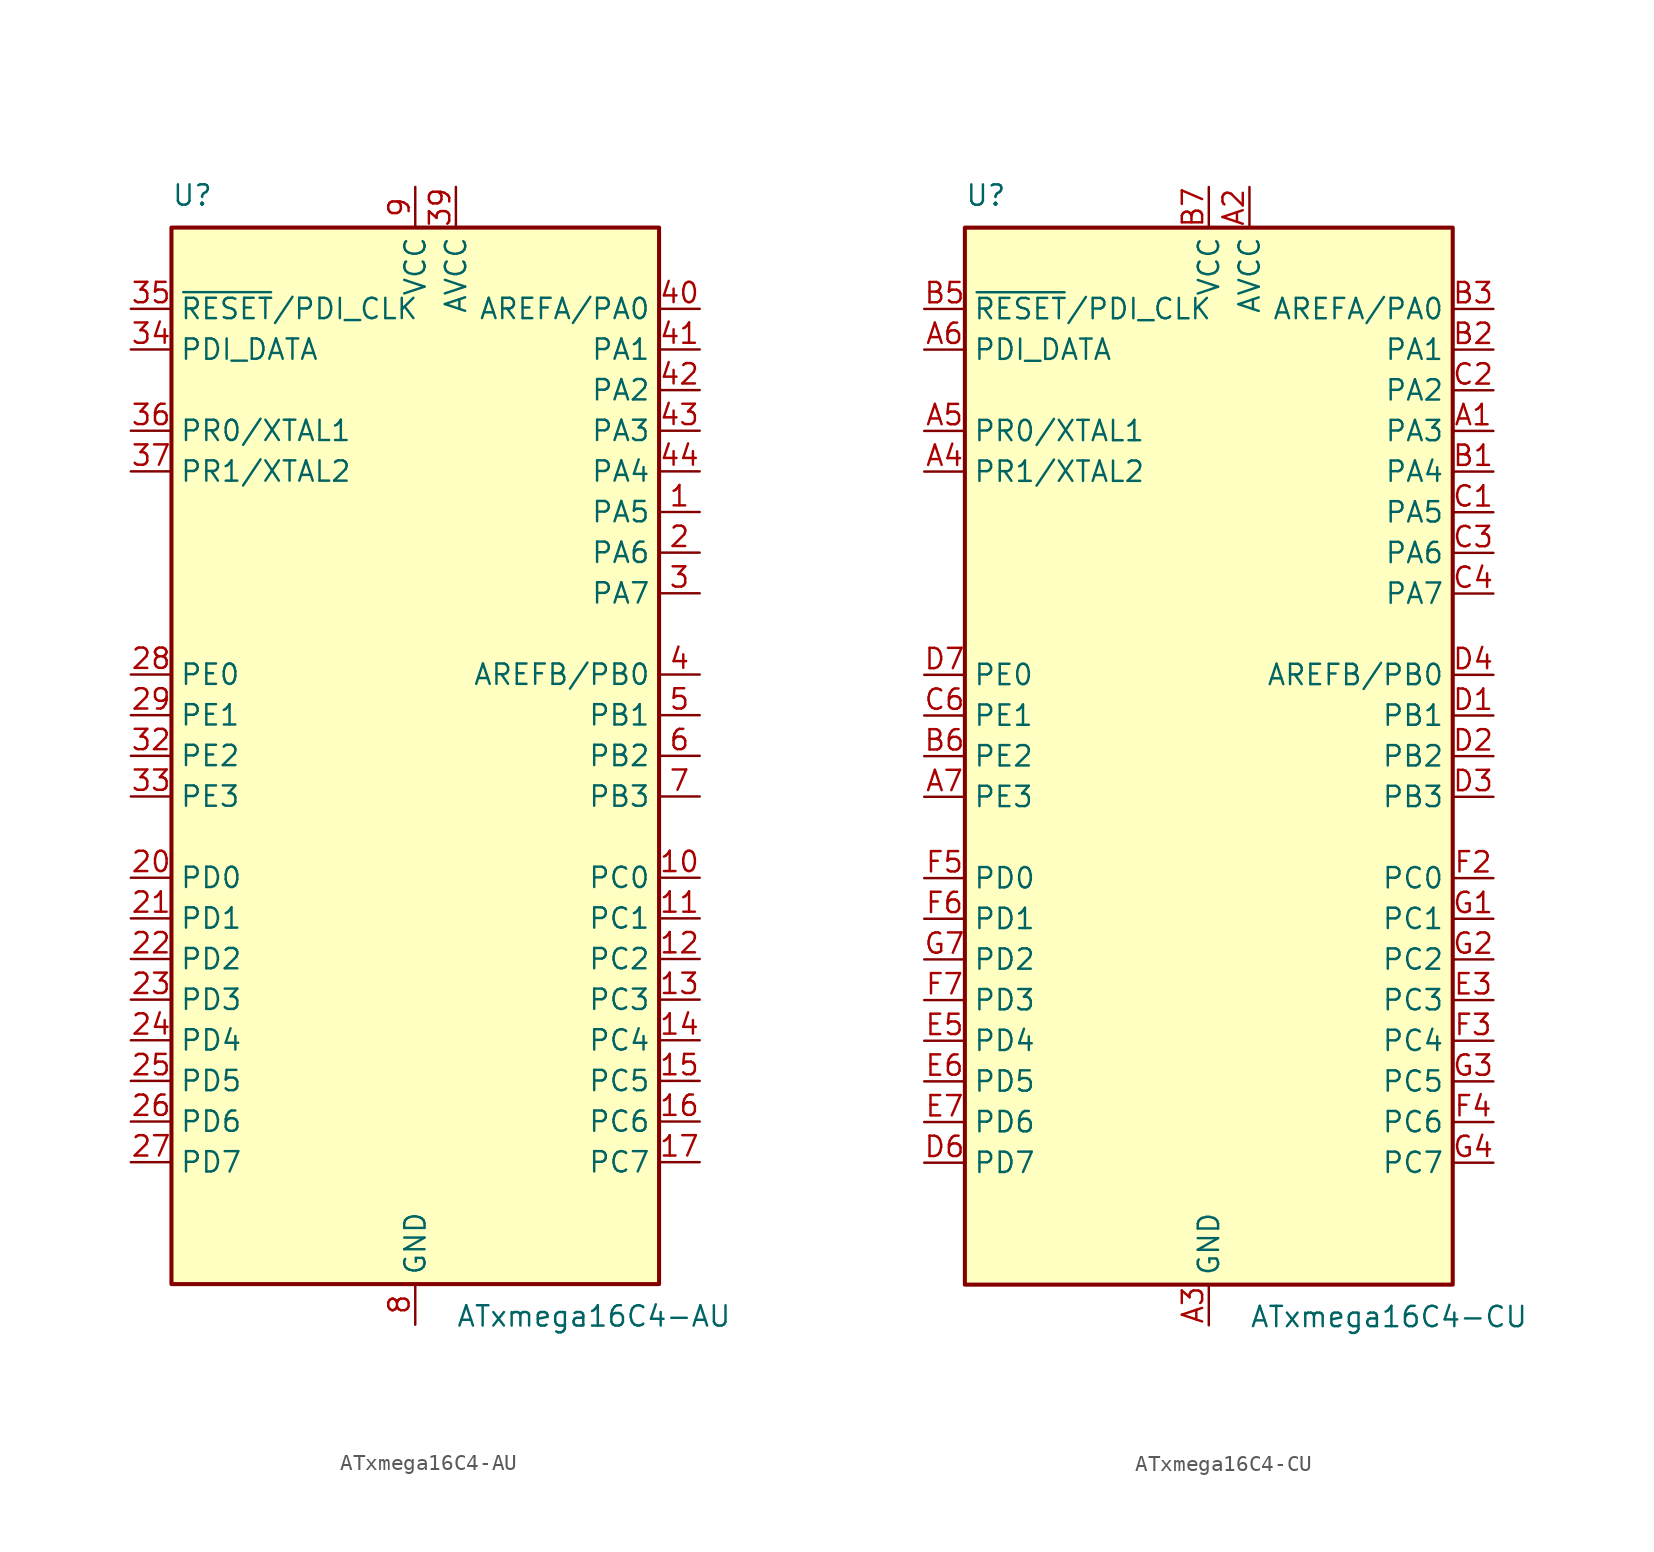
<source format=kicad_sym>
(kicad_symbol_lib
  (version 20211014)
  (generator kicad_symbol_editor)
  (symbol "ATxmega16C4-AU"
    (property "Reference" "U"
      (at -15.24 34.29 0)
      (effects (font (size 1.27 1.27)) (justify left bottom)))
    (property "Value" "ATxmega16C4-AU"
      (at 2.54 -34.29 0)
      (effects (font (size 1.27 1.27)) (justify left top)))
    (symbol "ATxmega16C4-AU_0_1"
      (rectangle (start -15.24 -33.02) (end 15.24 33.02) (stroke (width 0.254) (type default) (color 0 0 0 0)) (fill (type background))))
    (symbol "ATxmega16C4-AU_1_1"
      (pin bidirectional line (at 17.78 15.24 180) (length 2.54) (name "PA5" (effects (font (size 1.27 1.27)))) (number "1" (effects (font (size 1.27 1.27)))))
      (pin bidirectional line (at 17.78 -7.62 180) (length 2.54) (name "PC0" (effects (font (size 1.27 1.27)))) (number "10" (effects (font (size 1.27 1.27)))))
      (pin bidirectional line (at 17.78 -10.16 180) (length 2.54) (name "PC1" (effects (font (size 1.27 1.27)))) (number "11" (effects (font (size 1.27 1.27)))))
      (pin bidirectional line (at 17.78 -12.7 180) (length 2.54) (name "PC2" (effects (font (size 1.27 1.27)))) (number "12" (effects (font (size 1.27 1.27)))))
      (pin bidirectional line (at 17.78 -15.24 180) (length 2.54) (name "PC3" (effects (font (size 1.27 1.27)))) (number "13" (effects (font (size 1.27 1.27)))))
      (pin bidirectional line (at 17.78 -17.78 180) (length 2.54) (name "PC4" (effects (font (size 1.27 1.27)))) (number "14" (effects (font (size 1.27 1.27)))))
      (pin bidirectional line (at 17.78 -20.32 180) (length 2.54) (name "PC5" (effects (font (size 1.27 1.27)))) (number "15" (effects (font (size 1.27 1.27)))))
      (pin bidirectional line (at 17.78 -22.86 180) (length 2.54) (name "PC6" (effects (font (size 1.27 1.27)))) (number "16" (effects (font (size 1.27 1.27)))))
      (pin bidirectional line (at 17.78 -25.4 180) (length 2.54) (name "PC7" (effects (font (size 1.27 1.27)))) (number "17" (effects (font (size 1.27 1.27)))))
      (pin passive line (at 0 -35.56 90) (length 2.54) hide (name "GND" (effects (font (size 1.27 1.27)))) (number "18" (effects (font (size 1.27 1.27)))))
      (pin passive line (at 0 35.56 270) (length 2.54) hide (name "VCC" (effects (font (size 1.27 1.27)))) (number "19" (effects (font (size 1.27 1.27)))))
      (pin bidirectional line (at 17.78 12.7 180) (length 2.54) (name "PA6" (effects (font (size 1.27 1.27)))) (number "2" (effects (font (size 1.27 1.27)))))
      (pin bidirectional line (at -17.78 -7.62 0) (length 2.54) (name "PD0" (effects (font (size 1.27 1.27)))) (number "20" (effects (font (size 1.27 1.27)))))
      (pin bidirectional line (at -17.78 -10.16 0) (length 2.54) (name "PD1" (effects (font (size 1.27 1.27)))) (number "21" (effects (font (size 1.27 1.27)))))
      (pin bidirectional line (at -17.78 -12.7 0) (length 2.54) (name "PD2" (effects (font (size 1.27 1.27)))) (number "22" (effects (font (size 1.27 1.27)))))
      (pin bidirectional line (at -17.78 -15.24 0) (length 2.54) (name "PD3" (effects (font (size 1.27 1.27)))) (number "23" (effects (font (size 1.27 1.27)))))
      (pin bidirectional line (at -17.78 -17.78 0) (length 2.54) (name "PD4" (effects (font (size 1.27 1.27)))) (number "24" (effects (font (size 1.27 1.27)))))
      (pin bidirectional line (at -17.78 -20.32 0) (length 2.54) (name "PD5" (effects (font (size 1.27 1.27)))) (number "25" (effects (font (size 1.27 1.27)))))
      (pin bidirectional line (at -17.78 -22.86 0) (length 2.54) (name "PD6" (effects (font (size 1.27 1.27)))) (number "26" (effects (font (size 1.27 1.27)))))
      (pin bidirectional line (at -17.78 -25.4 0) (length 2.54) (name "PD7" (effects (font (size 1.27 1.27)))) (number "27" (effects (font (size 1.27 1.27)))))
      (pin bidirectional line (at -17.78 5.08 0) (length 2.54) (name "PE0" (effects (font (size 1.27 1.27)))) (number "28" (effects (font (size 1.27 1.27)))))
      (pin bidirectional line (at -17.78 2.54 0) (length 2.54) (name "PE1" (effects (font (size 1.27 1.27)))) (number "29" (effects (font (size 1.27 1.27)))))
      (pin bidirectional line (at 17.78 10.16 180) (length 2.54) (name "PA7" (effects (font (size 1.27 1.27)))) (number "3" (effects (font (size 1.27 1.27)))))
      (pin passive line (at 0 -35.56 90) (length 2.54) hide (name "GND" (effects (font (size 1.27 1.27)))) (number "30" (effects (font (size 1.27 1.27)))))
      (pin passive line (at 0 35.56 270) (length 2.54) hide (name "VCC" (effects (font (size 1.27 1.27)))) (number "31" (effects (font (size 1.27 1.27)))))
      (pin bidirectional line (at -17.78 0 0) (length 2.54) (name "PE2" (effects (font (size 1.27 1.27)))) (number "32" (effects (font (size 1.27 1.27)))))
      (pin bidirectional line (at -17.78 -2.54 0) (length 2.54) (name "PE3" (effects (font (size 1.27 1.27)))) (number "33" (effects (font (size 1.27 1.27)))))
      (pin bidirectional line (at -17.78 25.4 0) (length 2.54) (name "PDI_DATA" (effects (font (size 1.27 1.27)))) (number "34" (effects (font (size 1.27 1.27)))))
      (pin input line (at -17.78 27.94 0) (length 2.54) (name "~{RESET}/PDI_CLK" (effects (font (size 1.27 1.27)))) (number "35" (effects (font (size 1.27 1.27)))))
      (pin bidirectional line (at -17.78 20.32 0) (length 2.54) (name "PR0/XTAL1" (effects (font (size 1.27 1.27)))) (number "36" (effects (font (size 1.27 1.27)))))
      (pin bidirectional line (at -17.78 17.78 0) (length 2.54) (name "PR1/XTAL2" (effects (font (size 1.27 1.27)))) (number "37" (effects (font (size 1.27 1.27)))))
      (pin passive line (at 0 -35.56 90) (length 2.54) hide (name "GND" (effects (font (size 1.27 1.27)))) (number "38" (effects (font (size 1.27 1.27)))))
      (pin power_in line (at 2.54 35.56 270) (length 2.54) (name "AVCC" (effects (font (size 1.27 1.27)))) (number "39" (effects (font (size 1.27 1.27)))))
      (pin bidirectional line (at 17.78 5.08 180) (length 2.54) (name "AREFB/PB0" (effects (font (size 1.27 1.27)))) (number "4" (effects (font (size 1.27 1.27)))))
      (pin bidirectional line (at 17.78 27.94 180) (length 2.54) (name "AREFA/PA0" (effects (font (size 1.27 1.27)))) (number "40" (effects (font (size 1.27 1.27)))))
      (pin bidirectional line (at 17.78 25.4 180) (length 2.54) (name "PA1" (effects (font (size 1.27 1.27)))) (number "41" (effects (font (size 1.27 1.27)))))
      (pin bidirectional line (at 17.78 22.86 180) (length 2.54) (name "PA2" (effects (font (size 1.27 1.27)))) (number "42" (effects (font (size 1.27 1.27)))))
      (pin bidirectional line (at 17.78 20.32 180) (length 2.54) (name "PA3" (effects (font (size 1.27 1.27)))) (number "43" (effects (font (size 1.27 1.27)))))
      (pin bidirectional line (at 17.78 17.78 180) (length 2.54) (name "PA4" (effects (font (size 1.27 1.27)))) (number "44" (effects (font (size 1.27 1.27)))))
      (pin bidirectional line (at 17.78 2.54 180) (length 2.54) (name "PB1" (effects (font (size 1.27 1.27)))) (number "5" (effects (font (size 1.27 1.27)))))
      (pin bidirectional line (at 17.78 0 180) (length 2.54) (name "PB2" (effects (font (size 1.27 1.27)))) (number "6" (effects (font (size 1.27 1.27)))))
      (pin bidirectional line (at 17.78 -2.54 180) (length 2.54) (name "PB3" (effects (font (size 1.27 1.27)))) (number "7" (effects (font (size 1.27 1.27)))))
      (pin power_in line (at 0 -35.56 90) (length 2.54) (name "GND" (effects (font (size 1.27 1.27)))) (number "8" (effects (font (size 1.27 1.27)))))
      (pin power_in line (at 0 35.56 270) (length 2.54) (name "VCC" (effects (font (size 1.27 1.27)))) (number "9" (effects (font (size 1.27 1.27)))))))
  (symbol "ATxmega16C4-CU"
    (property "Reference" "U"
      (at -15.24 34.29 0)
      (effects (font (size 1.27 1.27)) (justify left bottom)))
    (property "Value" "ATxmega16C4-CU"
      (at 2.54 -34.29 0)
      (effects (font (size 1.27 1.27)) (justify left top)))
    (symbol "ATxmega16C4-CU_0_1"
      (rectangle (start -15.24 -33.02) (end 15.24 33.02) (stroke (width 0.254) (type default) (color 0 0 0 0)) (fill (type background))))
    (symbol "ATxmega16C4-CU_1_1"
      (pin bidirectional line (at 17.78 20.32 180) (length 2.54) (name "PA3" (effects (font (size 1.27 1.27)))) (number "A1" (effects (font (size 1.27 1.27)))))
      (pin power_in line (at 2.54 35.56 270) (length 2.54) (name "AVCC" (effects (font (size 1.27 1.27)))) (number "A2" (effects (font (size 1.27 1.27)))))
      (pin power_in line (at 0 -35.56 90) (length 2.54) (name "GND" (effects (font (size 1.27 1.27)))) (number "A3" (effects (font (size 1.27 1.27)))))
      (pin bidirectional line (at -17.78 17.78 0) (length 2.54) (name "PR1/XTAL2" (effects (font (size 1.27 1.27)))) (number "A4" (effects (font (size 1.27 1.27)))))
      (pin bidirectional line (at -17.78 20.32 0) (length 2.54) (name "PR0/XTAL1" (effects (font (size 1.27 1.27)))) (number "A5" (effects (font (size 1.27 1.27)))))
      (pin bidirectional line (at -17.78 25.4 0) (length 2.54) (name "PDI_DATA" (effects (font (size 1.27 1.27)))) (number "A6" (effects (font (size 1.27 1.27)))))
      (pin bidirectional line (at -17.78 -2.54 0) (length 2.54) (name "PE3" (effects (font (size 1.27 1.27)))) (number "A7" (effects (font (size 1.27 1.27)))))
      (pin bidirectional line (at 17.78 17.78 180) (length 2.54) (name "PA4" (effects (font (size 1.27 1.27)))) (number "B1" (effects (font (size 1.27 1.27)))))
      (pin bidirectional line (at 17.78 25.4 180) (length 2.54) (name "PA1" (effects (font (size 1.27 1.27)))) (number "B2" (effects (font (size 1.27 1.27)))))
      (pin bidirectional line (at 17.78 27.94 180) (length 2.54) (name "AREFA/PA0" (effects (font (size 1.27 1.27)))) (number "B3" (effects (font (size 1.27 1.27)))))
      (pin passive line (at 0 -35.56 90) (length 2.54) hide (name "GND" (effects (font (size 1.27 1.27)))) (number "B4" (effects (font (size 1.27 1.27)))))
      (pin input line (at -17.78 27.94 0) (length 2.54) (name "~{RESET}/PDI_CLK" (effects (font (size 1.27 1.27)))) (number "B5" (effects (font (size 1.27 1.27)))))
      (pin bidirectional line (at -17.78 0 0) (length 2.54) (name "PE2" (effects (font (size 1.27 1.27)))) (number "B6" (effects (font (size 1.27 1.27)))))
      (pin power_in line (at 0 35.56 270) (length 2.54) (name "VCC" (effects (font (size 1.27 1.27)))) (number "B7" (effects (font (size 1.27 1.27)))))
      (pin bidirectional line (at 17.78 15.24 180) (length 2.54) (name "PA5" (effects (font (size 1.27 1.27)))) (number "C1" (effects (font (size 1.27 1.27)))))
      (pin bidirectional line (at 17.78 22.86 180) (length 2.54) (name "PA2" (effects (font (size 1.27 1.27)))) (number "C2" (effects (font (size 1.27 1.27)))))
      (pin bidirectional line (at 17.78 12.7 180) (length 2.54) (name "PA6" (effects (font (size 1.27 1.27)))) (number "C3" (effects (font (size 1.27 1.27)))))
      (pin bidirectional line (at 17.78 10.16 180) (length 2.54) (name "PA7" (effects (font (size 1.27 1.27)))) (number "C4" (effects (font (size 1.27 1.27)))))
      (pin passive line (at 0 -35.56 90) (length 2.54) hide (name "GND" (effects (font (size 1.27 1.27)))) (number "C5" (effects (font (size 1.27 1.27)))))
      (pin bidirectional line (at -17.78 2.54 0) (length 2.54) (name "PE1" (effects (font (size 1.27 1.27)))) (number "C6" (effects (font (size 1.27 1.27)))))
      (pin passive line (at 0 -35.56 90) (length 2.54) hide (name "GND" (effects (font (size 1.27 1.27)))) (number "C7" (effects (font (size 1.27 1.27)))))
      (pin bidirectional line (at 17.78 2.54 180) (length 2.54) (name "PB1" (effects (font (size 1.27 1.27)))) (number "D1" (effects (font (size 1.27 1.27)))))
      (pin bidirectional line (at 17.78 0 180) (length 2.54) (name "PB2" (effects (font (size 1.27 1.27)))) (number "D2" (effects (font (size 1.27 1.27)))))
      (pin bidirectional line (at 17.78 -2.54 180) (length 2.54) (name "PB3" (effects (font (size 1.27 1.27)))) (number "D3" (effects (font (size 1.27 1.27)))))
      (pin bidirectional line (at 17.78 5.08 180) (length 2.54) (name "AREFB/PB0" (effects (font (size 1.27 1.27)))) (number "D4" (effects (font (size 1.27 1.27)))))
      (pin passive line (at 0 -35.56 90) (length 2.54) hide (name "GND" (effects (font (size 1.27 1.27)))) (number "D5" (effects (font (size 1.27 1.27)))))
      (pin bidirectional line (at -17.78 -25.4 0) (length 2.54) (name "PD7" (effects (font (size 1.27 1.27)))) (number "D6" (effects (font (size 1.27 1.27)))))
      (pin bidirectional line (at -17.78 5.08 0) (length 2.54) (name "PE0" (effects (font (size 1.27 1.27)))) (number "D7" (effects (font (size 1.27 1.27)))))
      (pin passive line (at 0 -35.56 90) (length 2.54) hide (name "GND" (effects (font (size 1.27 1.27)))) (number "E1" (effects (font (size 1.27 1.27)))))
      (pin passive line (at 0 -35.56 90) (length 2.54) hide (name "GND" (effects (font (size 1.27 1.27)))) (number "E2" (effects (font (size 1.27 1.27)))))
      (pin bidirectional line (at 17.78 -15.24 180) (length 2.54) (name "PC3" (effects (font (size 1.27 1.27)))) (number "E3" (effects (font (size 1.27 1.27)))))
      (pin passive line (at 0 -35.56 90) (length 2.54) hide (name "GND" (effects (font (size 1.27 1.27)))) (number "E4" (effects (font (size 1.27 1.27)))))
      (pin bidirectional line (at -17.78 -17.78 0) (length 2.54) (name "PD4" (effects (font (size 1.27 1.27)))) (number "E5" (effects (font (size 1.27 1.27)))))
      (pin bidirectional line (at -17.78 -20.32 0) (length 2.54) (name "PD5" (effects (font (size 1.27 1.27)))) (number "E6" (effects (font (size 1.27 1.27)))))
      (pin bidirectional line (at -17.78 -22.86 0) (length 2.54) (name "PD6" (effects (font (size 1.27 1.27)))) (number "E7" (effects (font (size 1.27 1.27)))))
      (pin passive line (at 0 35.56 270) (length 2.54) hide (name "VCC" (effects (font (size 1.27 1.27)))) (number "F1" (effects (font (size 1.27 1.27)))))
      (pin bidirectional line (at 17.78 -7.62 180) (length 2.54) (name "PC0" (effects (font (size 1.27 1.27)))) (number "F2" (effects (font (size 1.27 1.27)))))
      (pin bidirectional line (at 17.78 -17.78 180) (length 2.54) (name "PC4" (effects (font (size 1.27 1.27)))) (number "F3" (effects (font (size 1.27 1.27)))))
      (pin bidirectional line (at 17.78 -22.86 180) (length 2.54) (name "PC6" (effects (font (size 1.27 1.27)))) (number "F4" (effects (font (size 1.27 1.27)))))
      (pin bidirectional line (at -17.78 -7.62 0) (length 2.54) (name "PD0" (effects (font (size 1.27 1.27)))) (number "F5" (effects (font (size 1.27 1.27)))))
      (pin bidirectional line (at -17.78 -10.16 0) (length 2.54) (name "PD1" (effects (font (size 1.27 1.27)))) (number "F6" (effects (font (size 1.27 1.27)))))
      (pin bidirectional line (at -17.78 -15.24 0) (length 2.54) (name "PD3" (effects (font (size 1.27 1.27)))) (number "F7" (effects (font (size 1.27 1.27)))))
      (pin bidirectional line (at 17.78 -10.16 180) (length 2.54) (name "PC1" (effects (font (size 1.27 1.27)))) (number "G1" (effects (font (size 1.27 1.27)))))
      (pin bidirectional line (at 17.78 -12.7 180) (length 2.54) (name "PC2" (effects (font (size 1.27 1.27)))) (number "G2" (effects (font (size 1.27 1.27)))))
      (pin bidirectional line (at 17.78 -20.32 180) (length 2.54) (name "PC5" (effects (font (size 1.27 1.27)))) (number "G3" (effects (font (size 1.27 1.27)))))
      (pin bidirectional line (at 17.78 -25.4 180) (length 2.54) (name "PC7" (effects (font (size 1.27 1.27)))) (number "G4" (effects (font (size 1.27 1.27)))))
      (pin passive line (at 0 -35.56 90) (length 2.54) hide (name "GND" (effects (font (size 1.27 1.27)))) (number "G5" (effects (font (size 1.27 1.27)))))
      (pin passive line (at 0 35.56 270) (length 2.54) hide (name "VCC" (effects (font (size 1.27 1.27)))) (number "G6" (effects (font (size 1.27 1.27)))))
      (pin bidirectional line (at -17.78 -12.7 0) (length 2.54) (name "PD2" (effects (font (size 1.27 1.27)))) (number "G7" (effects (font (size 1.27 1.27))))))))
</source>
